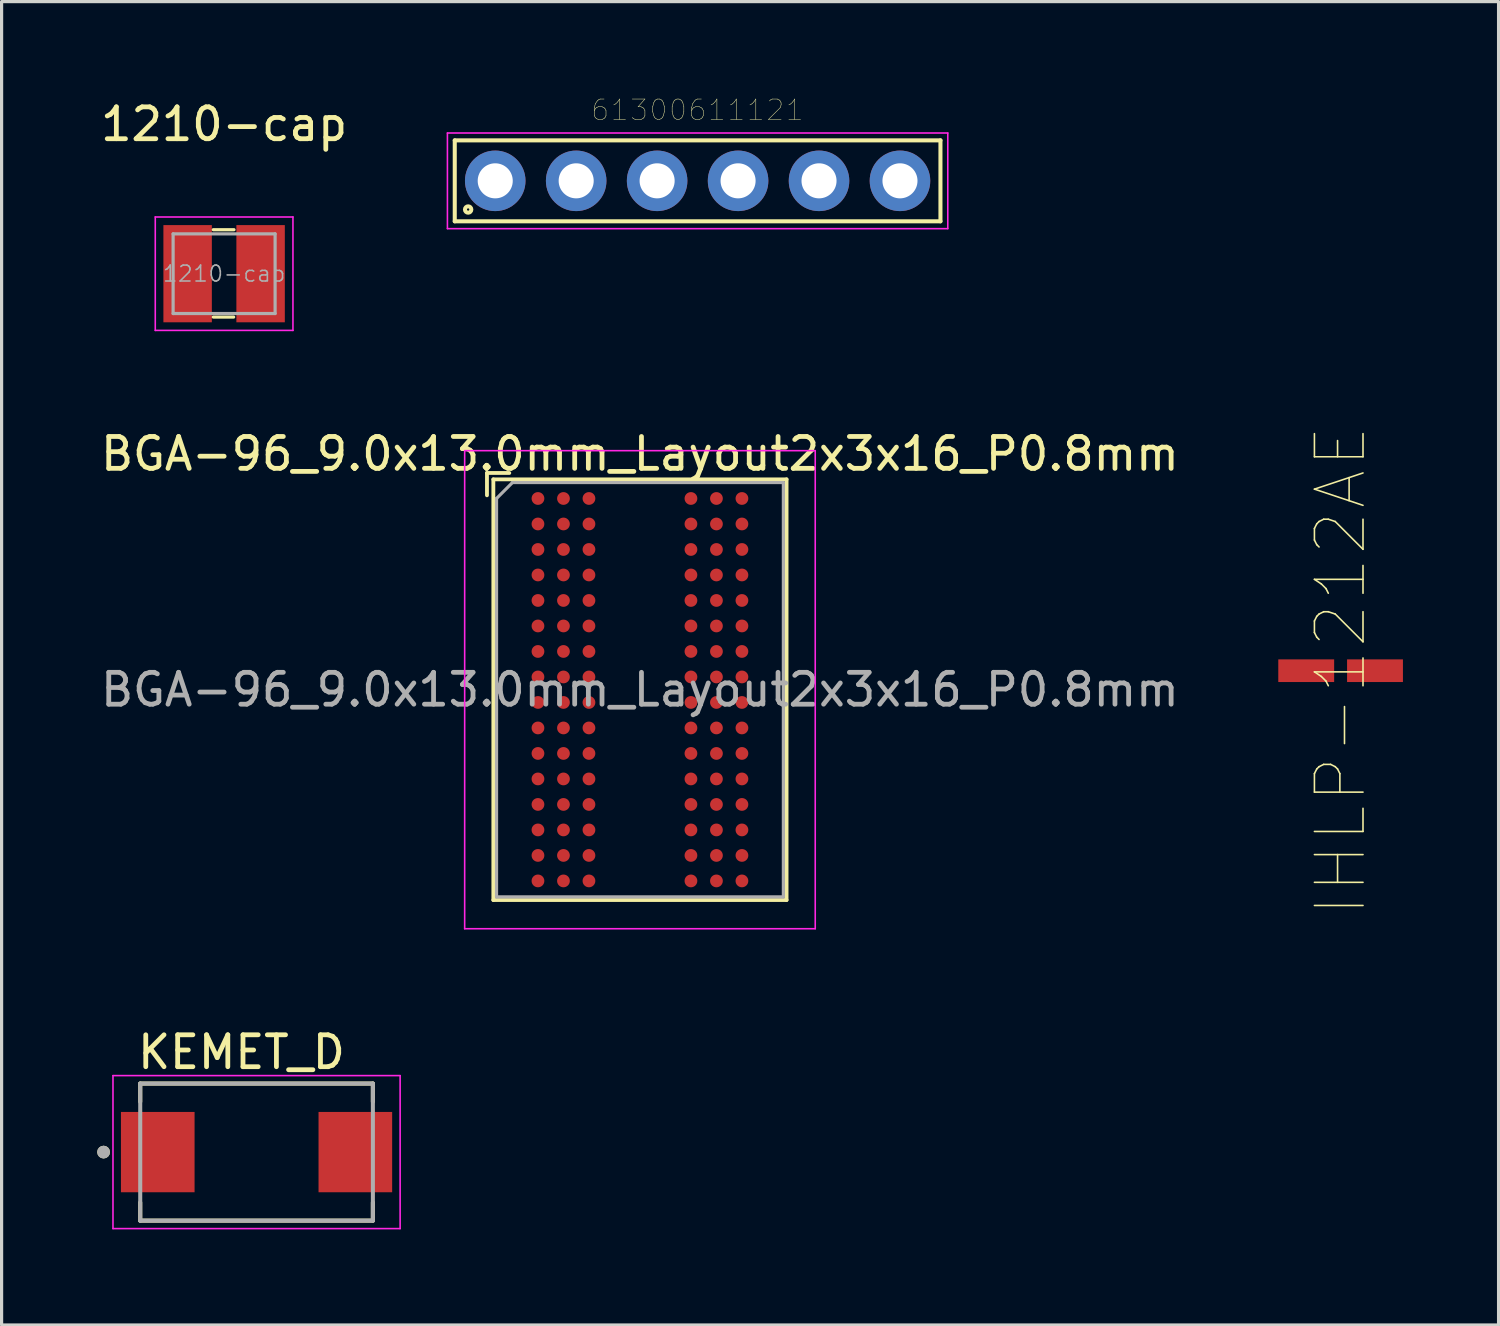
<source format=kicad_pcb>
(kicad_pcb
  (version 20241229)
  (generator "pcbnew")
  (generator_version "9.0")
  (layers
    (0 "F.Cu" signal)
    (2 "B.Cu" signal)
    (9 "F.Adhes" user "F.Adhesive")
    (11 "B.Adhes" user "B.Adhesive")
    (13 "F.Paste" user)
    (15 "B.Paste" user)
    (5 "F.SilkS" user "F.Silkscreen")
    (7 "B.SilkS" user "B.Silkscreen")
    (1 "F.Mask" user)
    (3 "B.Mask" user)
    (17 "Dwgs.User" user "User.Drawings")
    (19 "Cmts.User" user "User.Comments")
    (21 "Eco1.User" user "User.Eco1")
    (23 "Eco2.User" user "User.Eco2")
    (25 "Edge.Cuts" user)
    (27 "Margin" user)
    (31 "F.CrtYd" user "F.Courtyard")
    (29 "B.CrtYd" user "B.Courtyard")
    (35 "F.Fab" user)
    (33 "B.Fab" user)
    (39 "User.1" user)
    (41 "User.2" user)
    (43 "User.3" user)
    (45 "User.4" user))
  (footprint "IHLP-1212AE"
    (layer "F.Cu")
    (at 39.015 17.995)
    (property "Reference" "IHLP-1212AE" (at 0 0 270) (layer "F.SilkS") (effects (font (size 1.524 1.524) (thickness 0.05))))
    (attr smd)
    (pad "1" smd rect (at -1.079 0) (size 1.753 0.711) (layers "F.Cu" "F.Mask" "F.Paste"))
    (pad "2" smd rect (at 1.079 0) (size 1.753 0.711) (layers "F.Cu" "F.Mask" "F.Paste")))
  (footprint "1210-cap"
    (layer "F.Cu")
    (at 3.982 5.538)
    (property "Reference" "1210-cap" (at 0 -4.69 0) (layer "F.SilkS") (effects (font (size 1 1) (thickness 0.15))))
    (attr smd)
    (fp_line (start -0.34 -1.38) (end 0.31 -1.38) (stroke (width 0.1) (type solid)) (layer "F.SilkS"))
    (fp_line (start -0.34 1.36) (end 0.3 1.36) (stroke (width 0.1) (type solid)) (layer "F.SilkS"))
    (fp_line (start -2.16 -1.78) (end 2.16 -1.78) (stroke (width 0.05) (type solid)) (layer "F.CrtYd"))
    (fp_line (start -2.16 1.78) (end -2.16 -1.78) (stroke (width 0.05) (type solid)) (layer "F.CrtYd"))
    (fp_line (start 2.16 -1.78) (end 2.16 1.78) (stroke (width 0.05) (type solid)) (layer "F.CrtYd"))
    (fp_line (start 2.16 1.78) (end -2.16 1.78) (stroke (width 0.05) (type solid)) (layer "F.CrtYd"))
    (fp_line (start -1.6 -1.25) (end -1.6 1.25) (stroke (width 0.1) (type solid)) (layer "F.Fab"))
    (fp_line (start -1.6 -1.25) (end 1.6 -1.25) (stroke (width 0.1) (type solid)) (layer "F.Fab"))
    (fp_line (start -1.6 1.25) (end 1.6 1.25) (stroke (width 0.1) (type solid)) (layer "F.Fab"))
    (fp_line (start 1.6 1.25) (end 1.6 -1.25) (stroke (width 0.1) (type solid)) (layer "F.Fab"))
    (fp_text user "${REFERENCE}" (at 0 0 0) (layer "F.Fab") (effects (font (size 0.5 0.5) (thickness 0.05))))
    (pad "1" smd rect (at -1.145 0) (size 1.52 3.05) (layers "F.Cu" "F.Mask" "F.Paste"))
    (pad "2" smd rect (at 1.145 0) (size 1.52 3.05) (layers "F.Cu" "F.Mask" "F.Paste")))
  (footprint "61300611121"
    (layer "F.Cu")
    (at 18.839 2.624)
    (property "Reference" "61300611121" (at -0.005 -2.222 0) (layer "F.SilkS") (effects (font (size 0.641 0.641) (thickness 0.015))))
    (attr through_hole)
    (fp_line (start -7.62 -1.27) (end -7.62 1.27) (stroke (width 0.127) (type solid)) (layer "F.SilkS"))
    (fp_line (start -7.62 1.27) (end 7.62 1.27) (stroke (width 0.127) (type solid)) (layer "F.SilkS"))
    (fp_line (start 7.62 -1.27) (end -7.62 -1.27) (stroke (width 0.127) (type solid)) (layer "F.SilkS"))
    (fp_line (start 7.62 1.27) (end 7.62 -1.27) (stroke (width 0.127) (type solid)) (layer "F.SilkS"))
    (fp_circle (center -7.2 0.9) (end -7.1 0.9) (stroke (width 0.127) (type solid)) (fill no) (layer "F.SilkS"))
    (fp_line (start -7.85 -1.5) (end 7.85 -1.5) (stroke (width 0.05) (type solid)) (layer "F.CrtYd"))
    (fp_line (start -7.85 1.5) (end -7.85 -1.5) (stroke (width 0.05) (type solid)) (layer "F.CrtYd"))
    (fp_line (start 7.85 -1.5) (end 7.85 1.5) (stroke (width 0.05) (type solid)) (layer "F.CrtYd"))
    (fp_line (start 7.85 1.5) (end -7.85 1.5) (stroke (width 0.05) (type solid)) (layer "F.CrtYd"))
    (pad "1" thru_hole circle (at -6.35 0) (size 1.9 1.9) (drill 1.1) (layers "*.Cu" "*.Mask"))
    (pad "2" thru_hole circle (at -3.81 0) (size 1.9 1.9) (drill 1.1) (layers "*.Cu" "*.Mask"))
    (pad "3" thru_hole circle (at -1.27 0) (size 1.9 1.9) (drill 1.1) (layers "*.Cu" "*.Mask"))
    (pad "4" thru_hole circle (at 1.27 0) (size 1.9 1.9) (drill 1.1) (layers "*.Cu" "*.Mask"))
    (pad "5" thru_hole circle (at 3.81 0) (size 1.9 1.9) (drill 1.1) (layers "*.Cu" "*.Mask"))
    (pad "6" thru_hole circle (at 6.35 0) (size 1.9 1.9) (drill 1.1) (layers "*.Cu" "*.Mask")))
  (footprint "KEMET_D"
    (layer "F.Cu")
    (at 5 33.1)
    (property "Reference" "KEMET_D" (at -0.473 -3.135 0) (layer "F.SilkS") (effects (font (size 1.001 1.001) (thickness 0.15))))
    (attr through_hole)
    (fp_line (start -3.65 -2.15) (end 3.65 -2.15) (stroke (width 0.127) (type solid)) (layer "F.SilkS"))
    (fp_line (start -3.65 -1.58) (end -3.65 -2.15) (stroke (width 0.127) (type solid)) (layer "F.SilkS"))
    (fp_line (start -3.65 1.58) (end -3.65 2.15) (stroke (width 0.127) (type solid)) (layer "F.SilkS"))
    (fp_line (start -3.65 2.15) (end 3.65 2.15) (stroke (width 0.127) (type solid)) (layer "F.SilkS"))
    (fp_line (start 3.65 -2.15) (end 3.65 -1.58) (stroke (width 0.127) (type solid)) (layer "F.SilkS"))
    (fp_line (start 3.65 2.15) (end 3.65 1.58) (stroke (width 0.127) (type solid)) (layer "F.SilkS"))
    (fp_circle (center -4.8 0) (end -4.7 0) (stroke (width 0.2) (type solid)) (fill no) (layer "F.SilkS"))
    (fp_line (start -4.505 -2.4) (end -4.505 2.4) (stroke (width 0.05) (type solid)) (layer "F.CrtYd"))
    (fp_line (start -4.505 2.4) (end 4.505 2.4) (stroke (width 0.05) (type solid)) (layer "F.CrtYd"))
    (fp_line (start 4.505 -2.4) (end -4.505 -2.4) (stroke (width 0.05) (type solid)) (layer "F.CrtYd"))
    (fp_line (start 4.505 2.4) (end 4.505 -2.4) (stroke (width 0.05) (type solid)) (layer "F.CrtYd"))
    (fp_line (start -3.65 -2.15) (end -3.65 2.15) (stroke (width 0.127) (type solid)) (layer "F.Fab"))
    (fp_line (start -3.65 2.15) (end 3.65 2.15) (stroke (width 0.127) (type solid)) (layer "F.Fab"))
    (fp_line (start 3.65 -2.15) (end -3.65 -2.15) (stroke (width 0.127) (type solid)) (layer "F.Fab"))
    (fp_line (start 3.65 2.15) (end 3.65 -2.15) (stroke (width 0.127) (type solid)) (layer "F.Fab"))
    (fp_circle (center -4.8 0) (end -4.7 0) (stroke (width 0.2) (type solid)) (fill no) (layer "F.Fab"))
    (pad "1" smd rect (at -3.1 0) (size 2.31 2.52) (layers "F.Cu" "F.Mask" "F.Paste"))
    (pad "2" smd rect (at 3.1 0) (size 2.31 2.52) (layers "F.Cu" "F.Mask" "F.Paste")))
  (footprint "BGA-96_9.0x13.0mm_Layout2x3x16_P0.8mm"
    (layer "F.Cu")
    (at 17.03 18.591)
    (property "Reference" "BGA-96_9.0x13.0mm_Layout2x3x16_P0.8mm" (at 0 -7.4 0) (layer "F.SilkS") (effects (font (size 1 1) (thickness 0.15))))
    (attr smd)
    (fp_line (start -4.8 -6.8) (end -4.8 -6.1) (stroke (width 0.12) (type solid)) (layer "F.SilkS"))
    (fp_line (start -4.6 -6.6) (end -4.6 6.6) (stroke (width 0.12) (type solid)) (layer "F.SilkS"))
    (fp_line (start -4.6 6.6) (end 4.6 6.6) (stroke (width 0.12) (type solid)) (layer "F.SilkS"))
    (fp_line (start -4.1 -6.8) (end -4.8 -6.8) (stroke (width 0.12) (type solid)) (layer "F.SilkS"))
    (fp_line (start 4.6 -6.6) (end -4.6 -6.6) (stroke (width 0.12) (type solid)) (layer "F.SilkS"))
    (fp_line (start 4.6 6.6) (end 4.6 -6.6) (stroke (width 0.12) (type solid)) (layer "F.SilkS"))
    (fp_line (start -5.5 -7.5) (end -5.5 7.5) (stroke (width 0.05) (type solid)) (layer "F.CrtYd"))
    (fp_line (start -5.5 -7.5) (end 5.5 -7.5) (stroke (width 0.05) (type solid)) (layer "F.CrtYd"))
    (fp_line (start 5.5 7.5) (end -5.5 7.5) (stroke (width 0.05) (type solid)) (layer "F.CrtYd"))
    (fp_line (start 5.5 7.5) (end 5.5 -7.5) (stroke (width 0.05) (type solid)) (layer "F.CrtYd"))
    (fp_line (start -4.5 -6) (end -4.5 6.5) (stroke (width 0.1) (type solid)) (layer "F.Fab"))
    (fp_line (start -4.5 6.5) (end 4.5 6.5) (stroke (width 0.1) (type solid)) (layer "F.Fab"))
    (fp_line (start -4 -6.5) (end -4.5 -6) (stroke (width 0.1) (type solid)) (layer "F.Fab"))
    (fp_line (start 4.5 -6.5) (end -4 -6.5) (stroke (width 0.1) (type solid)) (layer "F.Fab"))
    (fp_line (start 4.5 6.5) (end 4.5 -6.5) (stroke (width 0.1) (type solid)) (layer "F.Fab"))
    (fp_text user "${REFERENCE}" (at 0 0 0) (layer "F.Fab") (effects (font (size 1 1) (thickness 0.15))))
    (pad "A1" smd circle (at -3.2 -6) (size 0.4 0.4) (layers "F.Cu" "F.Mask" "F.Paste"))
    (pad "A2" smd circle (at -2.4 -6) (size 0.4 0.4) (layers "F.Cu" "F.Mask" "F.Paste"))
    (pad "A3" smd circle (at -1.6 -6) (size 0.4 0.4) (layers "F.Cu" "F.Mask" "F.Paste"))
    (pad "A7" smd circle (at 1.6 -6) (size 0.4 0.4) (layers "F.Cu" "F.Mask" "F.Paste"))
    (pad "A8" smd circle (at 2.4 -6) (size 0.4 0.4) (layers "F.Cu" "F.Mask" "F.Paste"))
    (pad "A9" smd circle (at 3.2 -6) (size 0.4 0.4) (layers "F.Cu" "F.Mask" "F.Paste"))
    (pad "B1" smd circle (at -3.2 -5.2) (size 0.4 0.4) (layers "F.Cu" "F.Mask" "F.Paste"))
    (pad "B2" smd circle (at -2.4 -5.2) (size 0.4 0.4) (layers "F.Cu" "F.Mask" "F.Paste"))
    (pad "B3" smd circle (at -1.6 -5.2) (size 0.4 0.4) (layers "F.Cu" "F.Mask" "F.Paste"))
    (pad "B7" smd circle (at 1.6 -5.2) (size 0.4 0.4) (layers "F.Cu" "F.Mask" "F.Paste"))
    (pad "B8" smd circle (at 2.4 -5.2) (size 0.4 0.4) (layers "F.Cu" "F.Mask" "F.Paste"))
    (pad "B9" smd circle (at 3.2 -5.2) (size 0.4 0.4) (layers "F.Cu" "F.Mask" "F.Paste"))
    (pad "C1" smd circle (at -3.2 -4.4) (size 0.4 0.4) (layers "F.Cu" "F.Mask" "F.Paste"))
    (pad "C2" smd circle (at -2.4 -4.4) (size 0.4 0.4) (layers "F.Cu" "F.Mask" "F.Paste"))
    (pad "C3" smd circle (at -1.6 -4.4) (size 0.4 0.4) (layers "F.Cu" "F.Mask" "F.Paste"))
    (pad "C7" smd circle (at 1.6 -4.4) (size 0.4 0.4) (layers "F.Cu" "F.Mask" "F.Paste"))
    (pad "C8" smd circle (at 2.4 -4.4) (size 0.4 0.4) (layers "F.Cu" "F.Mask" "F.Paste"))
    (pad "C9" smd circle (at 3.2 -4.4) (size 0.4 0.4) (layers "F.Cu" "F.Mask" "F.Paste"))
    (pad "D1" smd circle (at -3.2 -3.6) (size 0.4 0.4) (layers "F.Cu" "F.Mask" "F.Paste"))
    (pad "D2" smd circle (at -2.4 -3.6) (size 0.4 0.4) (layers "F.Cu" "F.Mask" "F.Paste"))
    (pad "D3" smd circle (at -1.6 -3.6) (size 0.4 0.4) (layers "F.Cu" "F.Mask" "F.Paste"))
    (pad "D7" smd circle (at 1.6 -3.6) (size 0.4 0.4) (layers "F.Cu" "F.Mask" "F.Paste"))
    (pad "D8" smd circle (at 2.4 -3.6) (size 0.4 0.4) (layers "F.Cu" "F.Mask" "F.Paste"))
    (pad "D9" smd circle (at 3.2 -3.6) (size 0.4 0.4) (layers "F.Cu" "F.Mask" "F.Paste"))
    (pad "E1" smd circle (at -3.2 -2.8) (size 0.4 0.4) (layers "F.Cu" "F.Mask" "F.Paste"))
    (pad "E2" smd circle (at -2.4 -2.8) (size 0.4 0.4) (layers "F.Cu" "F.Mask" "F.Paste"))
    (pad "E3" smd circle (at -1.6 -2.8) (size 0.4 0.4) (layers "F.Cu" "F.Mask" "F.Paste"))
    (pad "E7" smd circle (at 1.6 -2.8) (size 0.4 0.4) (layers "F.Cu" "F.Mask" "F.Paste"))
    (pad "E8" smd circle (at 2.4 -2.8) (size 0.4 0.4) (layers "F.Cu" "F.Mask" "F.Paste"))
    (pad "E9" smd circle (at 3.2 -2.8) (size 0.4 0.4) (layers "F.Cu" "F.Mask" "F.Paste"))
    (pad "F1" smd circle (at -3.2 -2) (size 0.4 0.4) (layers "F.Cu" "F.Mask" "F.Paste"))
    (pad "F2" smd circle (at -2.4 -2) (size 0.4 0.4) (layers "F.Cu" "F.Mask" "F.Paste"))
    (pad "F3" smd circle (at -1.6 -2) (size 0.4 0.4) (layers "F.Cu" "F.Mask" "F.Paste"))
    (pad "F7" smd circle (at 1.6 -2) (size 0.4 0.4) (layers "F.Cu" "F.Mask" "F.Paste"))
    (pad "F8" smd circle (at 2.4 -2) (size 0.4 0.4) (layers "F.Cu" "F.Mask" "F.Paste"))
    (pad "F9" smd circle (at 3.2 -2) (size 0.4 0.4) (layers "F.Cu" "F.Mask" "F.Paste"))
    (pad "G1" smd circle (at -3.2 -1.2) (size 0.4 0.4) (layers "F.Cu" "F.Mask" "F.Paste"))
    (pad "G2" smd circle (at -2.4 -1.2) (size 0.4 0.4) (layers "F.Cu" "F.Mask" "F.Paste"))
    (pad "G3" smd circle (at -1.6 -1.2) (size 0.4 0.4) (layers "F.Cu" "F.Mask" "F.Paste"))
    (pad "G7" smd circle (at 1.6 -1.2) (size 0.4 0.4) (layers "F.Cu" "F.Mask" "F.Paste"))
    (pad "G8" smd circle (at 2.4 -1.2) (size 0.4 0.4) (layers "F.Cu" "F.Mask" "F.Paste"))
    (pad "G9" smd circle (at 3.2 -1.2) (size 0.4 0.4) (layers "F.Cu" "F.Mask" "F.Paste"))
    (pad "H1" smd circle (at -3.2 -0.4) (size 0.4 0.4) (layers "F.Cu" "F.Mask" "F.Paste"))
    (pad "H2" smd circle (at -2.4 -0.4) (size 0.4 0.4) (layers "F.Cu" "F.Mask" "F.Paste"))
    (pad "H3" smd circle (at -1.6 -0.4) (size 0.4 0.4) (layers "F.Cu" "F.Mask" "F.Paste"))
    (pad "H7" smd circle (at 1.6 -0.4) (size 0.4 0.4) (layers "F.Cu" "F.Mask" "F.Paste"))
    (pad "H8" smd circle (at 2.4 -0.4) (size 0.4 0.4) (layers "F.Cu" "F.Mask" "F.Paste"))
    (pad "H9" smd circle (at 3.2 -0.4) (size 0.4 0.4) (layers "F.Cu" "F.Mask" "F.Paste"))
    (pad "J1" smd circle (at -3.2 0.4) (size 0.4 0.4) (layers "F.Cu" "F.Mask" "F.Paste"))
    (pad "J2" smd circle (at -2.4 0.4) (size 0.4 0.4) (layers "F.Cu" "F.Mask" "F.Paste"))
    (pad "J3" smd circle (at -1.6 0.4) (size 0.4 0.4) (layers "F.Cu" "F.Mask" "F.Paste"))
    (pad "J7" smd circle (at 1.6 0.4) (size 0.4 0.4) (layers "F.Cu" "F.Mask" "F.Paste"))
    (pad "J8" smd circle (at 2.4 0.4) (size 0.4 0.4) (layers "F.Cu" "F.Mask" "F.Paste"))
    (pad "J9" smd circle (at 3.2 0.4) (size 0.4 0.4) (layers "F.Cu" "F.Mask" "F.Paste"))
    (pad "K1" smd circle (at -3.2 1.2) (size 0.4 0.4) (layers "F.Cu" "F.Mask" "F.Paste"))
    (pad "K2" smd circle (at -2.4 1.2) (size 0.4 0.4) (layers "F.Cu" "F.Mask" "F.Paste"))
    (pad "K3" smd circle (at -1.6 1.2) (size 0.4 0.4) (layers "F.Cu" "F.Mask" "F.Paste"))
    (pad "K7" smd circle (at 1.6 1.2) (size 0.4 0.4) (layers "F.Cu" "F.Mask" "F.Paste"))
    (pad "K8" smd circle (at 2.4 1.2) (size 0.4 0.4) (layers "F.Cu" "F.Mask" "F.Paste"))
    (pad "K9" smd circle (at 3.2 1.2) (size 0.4 0.4) (layers "F.Cu" "F.Mask" "F.Paste"))
    (pad "L1" smd circle (at -3.2 2) (size 0.4 0.4) (layers "F.Cu" "F.Mask" "F.Paste"))
    (pad "L2" smd circle (at -2.4 2) (size 0.4 0.4) (layers "F.Cu" "F.Mask" "F.Paste"))
    (pad "L3" smd circle (at -1.6 2) (size 0.4 0.4) (layers "F.Cu" "F.Mask" "F.Paste"))
    (pad "L7" smd circle (at 1.6 2) (size 0.4 0.4) (layers "F.Cu" "F.Mask" "F.Paste"))
    (pad "L8" smd circle (at 2.4 2) (size 0.4 0.4) (layers "F.Cu" "F.Mask" "F.Paste"))
    (pad "L9" smd circle (at 3.2 2) (size 0.4 0.4) (layers "F.Cu" "F.Mask" "F.Paste"))
    (pad "M1" smd circle (at -3.2 2.8) (size 0.4 0.4) (layers "F.Cu" "F.Mask" "F.Paste"))
    (pad "M2" smd circle (at -2.4 2.8) (size 0.4 0.4) (layers "F.Cu" "F.Mask" "F.Paste"))
    (pad "M3" smd circle (at -1.6 2.8) (size 0.4 0.4) (layers "F.Cu" "F.Mask" "F.Paste"))
    (pad "M7" smd circle (at 1.6 2.8) (size 0.4 0.4) (layers "F.Cu" "F.Mask" "F.Paste"))
    (pad "M8" smd circle (at 2.4 2.8) (size 0.4 0.4) (layers "F.Cu" "F.Mask" "F.Paste"))
    (pad "M9" smd circle (at 3.2 2.8) (size 0.4 0.4) (layers "F.Cu" "F.Mask" "F.Paste"))
    (pad "N1" smd circle (at -3.2 3.6) (size 0.4 0.4) (layers "F.Cu" "F.Mask" "F.Paste"))
    (pad "N2" smd circle (at -2.4 3.6) (size 0.4 0.4) (layers "F.Cu" "F.Mask" "F.Paste"))
    (pad "N3" smd circle (at -1.6 3.6) (size 0.4 0.4) (layers "F.Cu" "F.Mask" "F.Paste"))
    (pad "N7" smd circle (at 1.6 3.6) (size 0.4 0.4) (layers "F.Cu" "F.Mask" "F.Paste"))
    (pad "N8" smd circle (at 2.4 3.6) (size 0.4 0.4) (layers "F.Cu" "F.Mask" "F.Paste"))
    (pad "N9" smd circle (at 3.2 3.6) (size 0.4 0.4) (layers "F.Cu" "F.Mask" "F.Paste"))
    (pad "P1" smd circle (at -3.2 4.4) (size 0.4 0.4) (layers "F.Cu" "F.Mask" "F.Paste"))
    (pad "P2" smd circle (at -2.4 4.4) (size 0.4 0.4) (layers "F.Cu" "F.Mask" "F.Paste"))
    (pad "P3" smd circle (at -1.6 4.4) (size 0.4 0.4) (layers "F.Cu" "F.Mask" "F.Paste"))
    (pad "P7" smd circle (at 1.6 4.4) (size 0.4 0.4) (layers "F.Cu" "F.Mask" "F.Paste"))
    (pad "P8" smd circle (at 2.4 4.4) (size 0.4 0.4) (layers "F.Cu" "F.Mask" "F.Paste"))
    (pad "P9" smd circle (at 3.2 4.4) (size 0.4 0.4) (layers "F.Cu" "F.Mask" "F.Paste"))
    (pad "R1" smd circle (at -3.2 5.2) (size 0.4 0.4) (layers "F.Cu" "F.Mask" "F.Paste"))
    (pad "R2" smd circle (at -2.4 5.2) (size 0.4 0.4) (layers "F.Cu" "F.Mask" "F.Paste"))
    (pad "R3" smd circle (at -1.6 5.2) (size 0.4 0.4) (layers "F.Cu" "F.Mask" "F.Paste"))
    (pad "R7" smd circle (at 1.6 5.2) (size 0.4 0.4) (layers "F.Cu" "F.Mask" "F.Paste"))
    (pad "R8" smd circle (at 2.4 5.2) (size 0.4 0.4) (layers "F.Cu" "F.Mask" "F.Paste"))
    (pad "R9" smd circle (at 3.2 5.2) (size 0.4 0.4) (layers "F.Cu" "F.Mask" "F.Paste"))
    (pad "T1" smd circle (at -3.2 6) (size 0.4 0.4) (layers "F.Cu" "F.Mask" "F.Paste"))
    (pad "T2" smd circle (at -2.4 6) (size 0.4 0.4) (layers "F.Cu" "F.Mask" "F.Paste"))
    (pad "T3" smd circle (at -1.6 6) (size 0.4 0.4) (layers "F.Cu" "F.Mask" "F.Paste"))
    (pad "T7" smd circle (at 1.6 6) (size 0.4 0.4) (layers "F.Cu" "F.Mask" "F.Paste"))
    (pad "T8" smd circle (at 2.4 6) (size 0.4 0.4) (layers "F.Cu" "F.Mask" "F.Paste"))
    (pad "T9" smd circle (at 3.2 6) (size 0.4 0.4) (layers "F.Cu" "F.Mask" "F.Paste")))
  (gr_rect
    (start -3 -3)
    (end 43.971 38.525)
    (stroke (width 0.1) (type default))
    (fill no)
    (layer "Edge.Cuts")))
</source>
